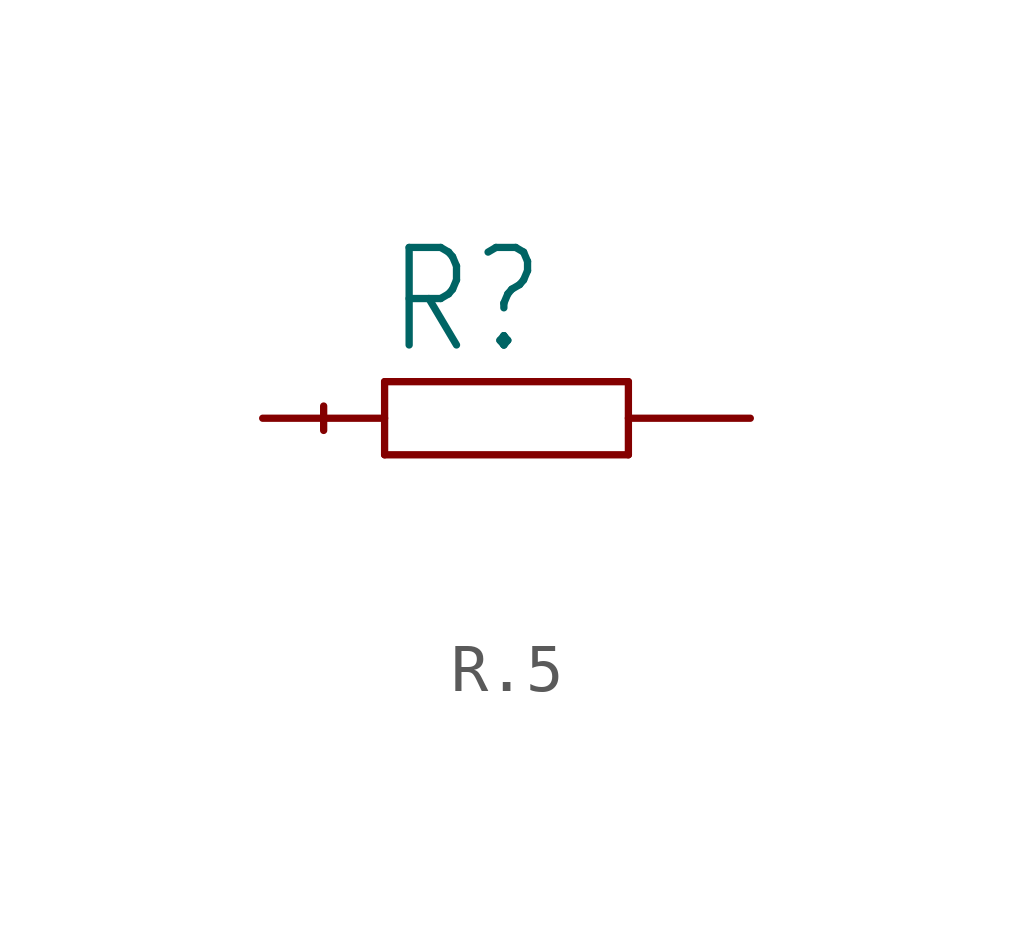
<source format=kicad_sym>
(kicad_symbol_lib
  (version 20241209)
  (generator "kicad_symbol_editor")
  (generator_version "9.0")
  (symbol "R.5"
    (property "Reference" "R"
      (at -2.54 1.27 0)
      (effects (font (size 2.032 1.727)) (justify left bottom)))
    (property "Value" ""
      (at -3.81 -3.556 0)
      (effects (font (size 2.032 1.727)) (justify left bottom)))
    (property "ki_locked" ""
      (at 0 0 0)
      (effects (font (size 1.27 1.27))))
    (symbol "R.5_1_0"
      (polyline (pts (xy -3.81 0.254) (xy -3.81 -0.254)) (stroke (width 0.152) (type solid)) (fill (type none)))
      (polyline (pts (xy -2.54 0.762) (xy -2.54 -0.762)) (stroke (width 0.152) (type solid)) (fill (type none)))
      (polyline (pts (xy -2.54 -0.762) (xy 2.54 -0.762)) (stroke (width 0.152) (type solid)) (fill (type none)))
      (polyline (pts (xy 2.54 0.762) (xy -2.54 0.762)) (stroke (width 0.152) (type solid)) (fill (type none)))
      (polyline (pts (xy 2.54 -0.762) (xy 2.54 0.762)) (stroke (width 0.152) (type solid)) (fill (type none)))
      (pin passive line (at -5.08 0 0) (length 2.54) (name "1" (effects (font (size 0 0)))) (number "1" (effects (font (size 0 0)))))
      (pin passive line (at 5.08 0 180) (length 2.54) (name "2" (effects (font (size 0 0)))) (number "2" (effects (font (size 0 0))))))))
</source>
